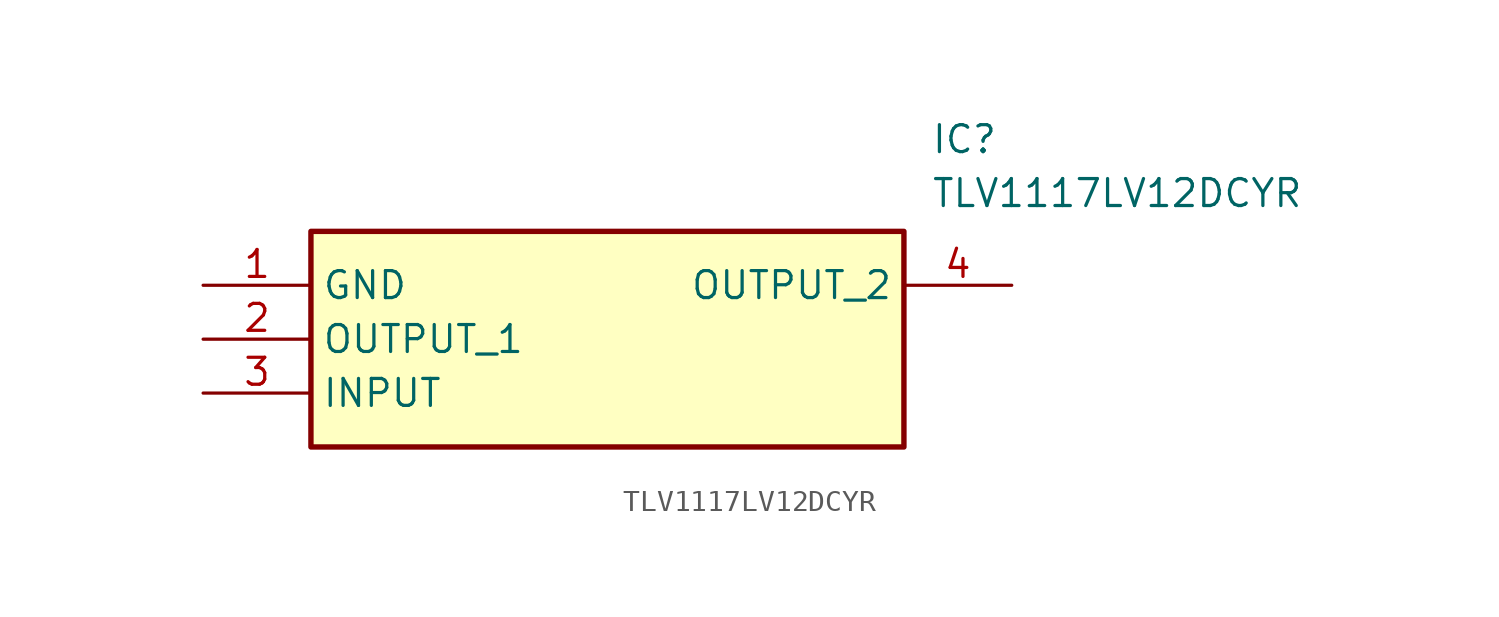
<source format=kicad_sym>
(kicad_symbol_lib
  (version 20211014)
  (generator SamacSys_ECAD_Model)
  (symbol "TLV1117LV12DCYR"
    (property "Reference" "IC"
      (at 34.29 7.62 0)
      (effects (font (size 1.27 1.27)) (justify left top)))
    (property "Value" "TLV1117LV12DCYR"
      (at 34.29 5.08 0)
      (effects (font (size 1.27 1.27)) (justify left top)))
    (rectangle
      (start 5.08 2.54)
      (end 33.02 -7.62)
      (stroke (width 0.254) (type default))
      (fill (type background)))
    (pin passive line
      (at 0 0 0)
      (length 5.08)
      (name "GND" (effects (font (size 1.27 1.27))))
      (number "1" (effects (font (size 1.27 1.27)))))
    (pin passive line
      (at 0 -2.54 0)
      (length 5.08)
      (name "OUTPUT_1" (effects (font (size 1.27 1.27))))
      (number "2" (effects (font (size 1.27 1.27)))))
    (pin passive line
      (at 0 -5.08 0)
      (length 5.08)
      (name "INPUT" (effects (font (size 1.27 1.27))))
      (number "3" (effects (font (size 1.27 1.27)))))
    (pin passive line
      (at 38.1 0 180)
      (length 5.08)
      (name "OUTPUT_2" (effects (font (size 1.27 1.27))))
      (number "4" (effects (font (size 1.27 1.27)))))))
</source>
